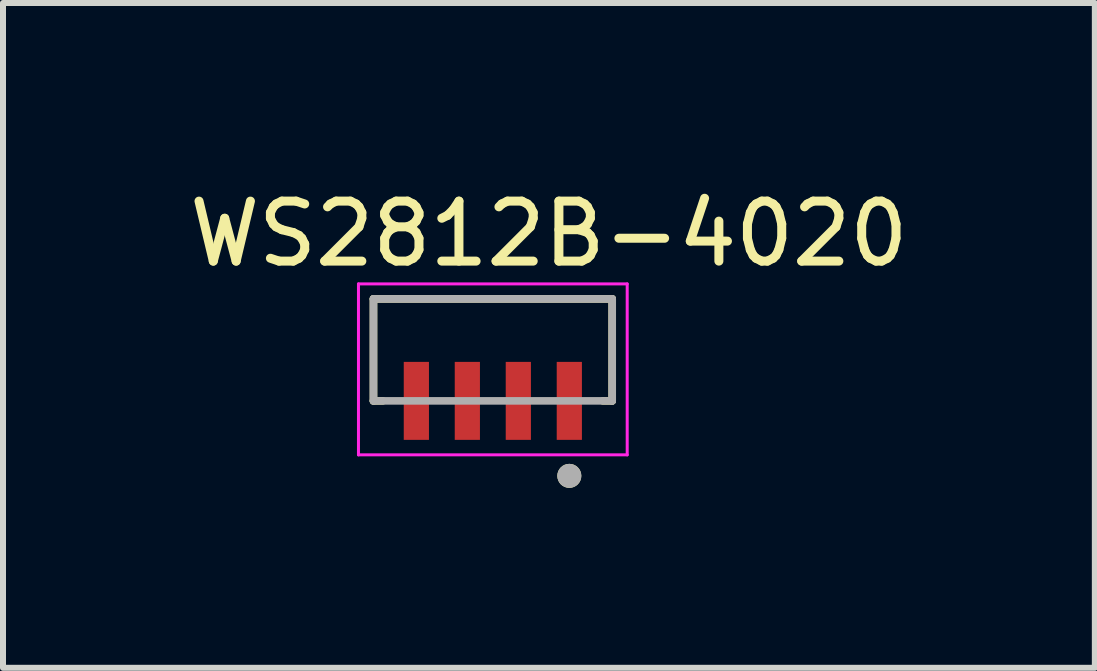
<source format=kicad_pcb>
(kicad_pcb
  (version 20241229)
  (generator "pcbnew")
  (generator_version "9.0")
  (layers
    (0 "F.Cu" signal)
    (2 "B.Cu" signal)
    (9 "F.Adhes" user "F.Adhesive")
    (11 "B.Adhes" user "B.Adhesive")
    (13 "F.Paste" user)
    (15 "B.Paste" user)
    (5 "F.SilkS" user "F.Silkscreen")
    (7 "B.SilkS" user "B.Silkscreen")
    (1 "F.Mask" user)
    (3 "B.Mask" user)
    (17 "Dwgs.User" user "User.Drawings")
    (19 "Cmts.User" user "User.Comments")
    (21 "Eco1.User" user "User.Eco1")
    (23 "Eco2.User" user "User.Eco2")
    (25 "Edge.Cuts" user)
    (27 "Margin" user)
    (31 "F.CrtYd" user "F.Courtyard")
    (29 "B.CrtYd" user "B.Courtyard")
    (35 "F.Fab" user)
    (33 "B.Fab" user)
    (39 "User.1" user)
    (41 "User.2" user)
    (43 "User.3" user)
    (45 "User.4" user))
  (footprint "WS2812B-4020"
    (layer "F.Cu")
    (at 5.166 2.783)
    (property "Reference" "WS2812B-4020" (at 0.935 -1.935 0) (layer "F.SilkS") (effects (font (size 1 1) (thickness 0.15))))
    (attr smd)
    (fp_line (start -1.99 -0.85) (end 1.99 -0.85) (stroke (width 0.127) (type solid)) (layer "F.SilkS"))
    (fp_line (start -1.99 0.85) (end -1.99 -0.85) (stroke (width 0.127) (type solid)) (layer "F.SilkS"))
    (fp_line (start -1.835 0.85) (end -1.99 0.85) (stroke (width 0.127) (type solid)) (layer "F.SilkS"))
    (fp_line (start 1.99 -0.85) (end 1.99 0.85) (stroke (width 0.127) (type solid)) (layer "F.SilkS"))
    (fp_line (start 1.99 0.85) (end 1.835 0.85) (stroke (width 0.127) (type solid)) (layer "F.SilkS"))
    (fp_circle (center 1.275 2.1) (end 1.375 2.1) (stroke (width 0.2) (type solid)) (fill no) (layer "F.SilkS"))
    (fp_line (start -2.24 -1.1) (end -2.24 1.75) (stroke (width 0.05) (type solid)) (layer "F.CrtYd"))
    (fp_line (start -2.24 1.75) (end 2.24 1.75) (stroke (width 0.05) (type solid)) (layer "F.CrtYd"))
    (fp_line (start 2.24 -1.1) (end -2.24 -1.1) (stroke (width 0.05) (type solid)) (layer "F.CrtYd"))
    (fp_line (start 2.24 1.75) (end 2.24 -1.1) (stroke (width 0.05) (type solid)) (layer "F.CrtYd"))
    (fp_line (start -1.99 -0.85) (end 1.99 -0.85) (stroke (width 0.127) (type solid)) (layer "F.Fab"))
    (fp_line (start -1.99 0.85) (end -1.99 -0.85) (stroke (width 0.127) (type solid)) (layer "F.Fab"))
    (fp_line (start 1.99 -0.85) (end 1.99 0.85) (stroke (width 0.127) (type solid)) (layer "F.Fab"))
    (fp_line (start 1.99 0.85) (end -1.99 0.85) (stroke (width 0.127) (type solid)) (layer "F.Fab"))
    (fp_circle (center 1.275 2.1) (end 1.375 2.1) (stroke (width 0.2) (type solid)) (fill no) (layer "F.Fab"))
    (pad "1" smd rect (at 1.275 0.85) (size 0.42 1.3) (layers "F.Cu" "F.Mask" "F.Paste"))
    (pad "2" smd rect (at 0.425 0.85) (size 0.42 1.3) (layers "F.Cu" "F.Mask" "F.Paste"))
    (pad "3" smd rect (at -0.425 0.85) (size 0.42 1.3) (layers "F.Cu" "F.Mask" "F.Paste"))
    (pad "4" smd rect (at -1.275 0.85) (size 0.42 1.3) (layers "F.Cu" "F.Mask" "F.Paste")))
  (gr_rect
    (start -3 -3)
    (end 15.202 8.083)
    (stroke (width 0.1) (type default))
    (fill no)
    (layer "Edge.Cuts")))
</source>
